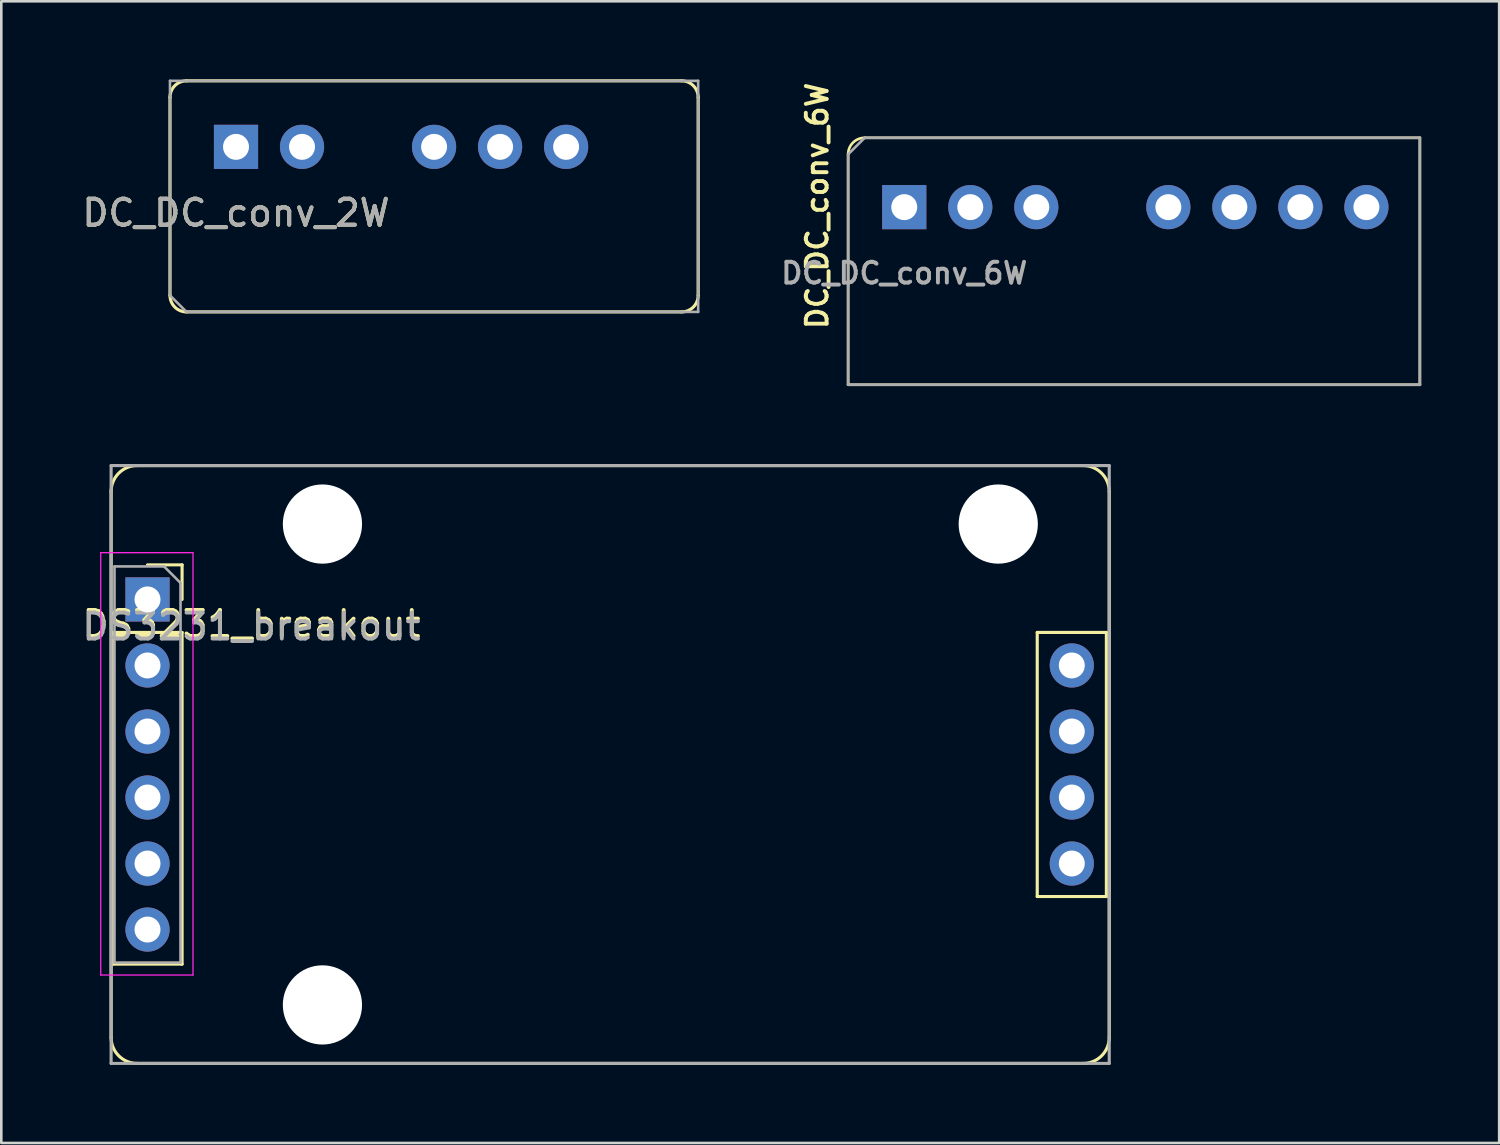
<source format=kicad_pcb>
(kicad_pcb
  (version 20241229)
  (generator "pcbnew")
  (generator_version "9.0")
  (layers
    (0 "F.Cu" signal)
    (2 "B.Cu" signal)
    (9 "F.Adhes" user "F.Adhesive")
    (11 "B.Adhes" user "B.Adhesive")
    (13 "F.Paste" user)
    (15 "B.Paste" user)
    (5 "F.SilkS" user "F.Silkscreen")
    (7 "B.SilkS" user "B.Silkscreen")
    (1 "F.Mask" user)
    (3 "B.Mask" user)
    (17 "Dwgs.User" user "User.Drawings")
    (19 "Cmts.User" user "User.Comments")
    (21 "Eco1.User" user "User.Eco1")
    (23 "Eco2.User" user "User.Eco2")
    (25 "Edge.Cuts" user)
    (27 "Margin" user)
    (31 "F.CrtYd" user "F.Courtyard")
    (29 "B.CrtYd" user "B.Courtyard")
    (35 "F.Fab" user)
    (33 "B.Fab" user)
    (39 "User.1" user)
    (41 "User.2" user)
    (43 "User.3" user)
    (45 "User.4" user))
  (footprint "DS3231_breakout"
    (layer "F.Cu")
    (at 2.625 26.362)
    (property "Reference" "DS3231_breakout" (at 4 -5.4 0) (layer "F.SilkS") (effects (font (size 1 1) (thickness 0.15))))
    (attr through_hole)
    (fp_line (start -1.4 -10.5) (end -1.4 10.5) (stroke (width 0.12) (type solid)) (layer "F.SilkS"))
    (fp_line (start -1.33 -5.08) (end -1.33 7.68) (stroke (width 0.12) (type solid)) (layer "F.SilkS"))
    (fp_line (start -1.33 -5.08) (end 1.33 -5.08) (stroke (width 0.12) (type solid)) (layer "F.SilkS"))
    (fp_line (start -1.33 7.68) (end 1.33 7.68) (stroke (width 0.12) (type solid)) (layer "F.SilkS"))
    (fp_line (start -0.4 -11.5) (end 36 -11.5) (stroke (width 0.12) (type solid)) (layer "F.SilkS"))
    (fp_line (start -0.4 11.5) (end 36 11.5) (stroke (width 0.12) (type solid)) (layer "F.SilkS"))
    (fp_line (start 0 -7.68) (end 1.33 -7.68) (stroke (width 0.12) (type solid)) (layer "F.SilkS"))
    (fp_line (start 1.33 -7.68) (end 1.33 -6.35) (stroke (width 0.12) (type solid)) (layer "F.SilkS"))
    (fp_line (start 1.33 -5.08) (end 1.33 7.68) (stroke (width 0.12) (type solid)) (layer "F.SilkS"))
    (fp_line (start 34.23 -5.08) (end 34.23 5.08) (stroke (width 0.12) (type solid)) (layer "F.SilkS"))
    (fp_line (start 34.23 -5.08) (end 36.89 -5.08) (stroke (width 0.12) (type solid)) (layer "F.SilkS"))
    (fp_line (start 34.23 5.08) (end 36.89 5.08) (stroke (width 0.12) (type solid)) (layer "F.SilkS"))
    (fp_line (start 36.89 -5.08) (end 36.89 5.08) (stroke (width 0.12) (type solid)) (layer "F.SilkS"))
    (fp_line (start 37 10.5) (end 37 -10.5) (stroke (width 0.12) (type solid)) (layer "F.SilkS"))
    (fp_arc (start -1.4 -10.5) (mid -1.107107 -11.207107) (end -0.4 -11.5) (stroke (width 0.12) (type solid)) (layer "F.SilkS"))
    (fp_arc (start -0.4 11.5) (mid -1.107107 11.207107) (end -1.4 10.5) (stroke (width 0.12) (type solid)) (layer "F.SilkS"))
    (fp_arc (start 36 -11.5) (mid 36.707107 -11.207107) (end 37 -10.5) (stroke (width 0.12) (type solid)) (layer "F.SilkS"))
    (fp_arc (start 37 10.5) (mid 36.707107 11.207107) (end 36 11.5) (stroke (width 0.12) (type solid)) (layer "F.SilkS"))
    (fp_line (start -1.8 -8.15) (end 1.75 -8.15) (stroke (width 0.05) (type solid)) (layer "F.CrtYd"))
    (fp_line (start -1.8 8.1) (end -1.8 -8.15) (stroke (width 0.05) (type solid)) (layer "F.CrtYd"))
    (fp_line (start 1.75 -8.15) (end 1.75 8.1) (stroke (width 0.05) (type solid)) (layer "F.CrtYd"))
    (fp_line (start 1.75 8.1) (end -1.8 8.1) (stroke (width 0.05) (type solid)) (layer "F.CrtYd"))
    (fp_line (start -1.4 -11.5) (end 37 -11.5) (stroke (width 0.12) (type solid)) (layer "F.Fab"))
    (fp_line (start -1.4 11.5) (end -1.4 -11.5) (stroke (width 0.12) (type solid)) (layer "F.Fab"))
    (fp_line (start -1.27 -7.62) (end 0.635 -7.62) (stroke (width 0.1) (type solid)) (layer "F.Fab"))
    (fp_line (start -1.27 7.62) (end -1.27 -7.62) (stroke (width 0.1) (type solid)) (layer "F.Fab"))
    (fp_line (start 0.635 -7.62) (end 1.27 -6.985) (stroke (width 0.1) (type solid)) (layer "F.Fab"))
    (fp_line (start 1.27 -6.985) (end 1.27 7.62) (stroke (width 0.1) (type solid)) (layer "F.Fab"))
    (fp_line (start 1.27 7.62) (end -1.27 7.62) (stroke (width 0.1) (type solid)) (layer "F.Fab"))
    (fp_line (start 37 -11.5) (end 37 11.5) (stroke (width 0.12) (type solid)) (layer "F.Fab"))
    (fp_line (start 37 11.5) (end -1.4 11.5) (stroke (width 0.12) (type solid)) (layer "F.Fab"))
    (fp_text user "${REFERENCE}" (at 4 -5.3 0) (layer "F.Fab") (effects (font (size 1 1) (thickness 0.15))))
    (pad "" np_thru_hole circle (at 6.73 -9.25) (size 3.048 3.048) (drill 3.048) (layers "*.Cu" "*.Mask"))
    (pad "" np_thru_hole circle (at 6.73 9.25) (size 3.048 3.048) (drill 3.048) (layers "*.Cu" "*.Mask"))
    (pad "" np_thru_hole circle (at 32.73 -9.25) (size 3.048 3.048) (drill 3.048) (layers "*.Cu" "*.Mask"))
    (pad "1" thru_hole rect (at 0 -6.35) (size 1.7 1.7) (drill 1) (layers "*.Cu" "*.Mask"))
    (pad "2" thru_hole oval (at 0 -3.81) (size 1.7 1.7) (drill 1) (layers "*.Cu" "*.Mask"))
    (pad "3" thru_hole oval (at 0 -1.27) (size 1.7 1.7) (drill 1) (layers "*.Cu" "*.Mask"))
    (pad "3" thru_hole oval (at 35.56 -3.81) (size 1.7 1.7) (drill 1) (layers "*.Cu" "*.Mask"))
    (pad "4" thru_hole oval (at 0 1.27) (size 1.7 1.7) (drill 1) (layers "*.Cu" "*.Mask"))
    (pad "4" thru_hole oval (at 35.56 -1.27) (size 1.7 1.7) (drill 1) (layers "*.Cu" "*.Mask"))
    (pad "5" thru_hole oval (at 0 3.81) (size 1.7 1.7) (drill 1) (layers "*.Cu" "*.Mask"))
    (pad "5" thru_hole oval (at 35.56 1.27) (size 1.7 1.7) (drill 1) (layers "*.Cu" "*.Mask"))
    (pad "6" thru_hole oval (at 0 6.35) (size 1.7 1.7) (drill 1) (layers "*.Cu" "*.Mask"))
    (pad "6" thru_hole oval (at 35.56 3.81) (size 1.7 1.7) (drill 1) (layers "*.Cu" "*.Mask")))
  (footprint "DC_DC_conv_6W"
    (layer "F.Cu")
    (at 31.739 4.919)
    (property "Reference" "DC_DC_conv_6W" (at -3.35 -0.05 270) (layer "F.SilkS") (effects (font (size 0.8 0.8) (thickness 0.15))))
    (attr through_hole)
    (fp_line (start -2.159 -2.032) (end -2.159 6.833) (stroke (width 0.102) (type solid)) (layer "F.SilkS"))
    (fp_line (start -2.159 6.833) (end 19.837 6.833) (stroke (width 0.102) (type solid)) (layer "F.SilkS"))
    (fp_line (start 19.837 -2.667) (end -1.524 -2.667) (stroke (width 0.102) (type solid)) (layer "F.SilkS"))
    (fp_line (start 19.837 6.833) (end 19.837 -2.667) (stroke (width 0.102) (type solid)) (layer "F.SilkS"))
    (fp_arc (start -2.159 -2.032) (mid -1.973013 -2.481013) (end -1.524 -2.667) (stroke (width 0.1016) (type solid)) (layer "F.SilkS"))
    (fp_line (start -2.159 6.833) (end -2.159 -2.032) (stroke (width 0.102) (type solid)) (layer "F.Fab"))
    (fp_line (start -1.524 -2.667) (end -2.159 -2.032) (stroke (width 0.102) (type solid)) (layer "F.Fab"))
    (fp_line (start -1.524 -2.667) (end 19.837 -2.667) (stroke (width 0.102) (type solid)) (layer "F.Fab"))
    (fp_line (start 19.837 -2.667) (end 19.837 6.833) (stroke (width 0.102) (type solid)) (layer "F.Fab"))
    (fp_line (start 19.837 6.833) (end -2.159 6.833) (stroke (width 0.102) (type solid)) (layer "F.Fab"))
    (fp_text user "${REFERENCE}" (at 0 2.54 0) (layer "F.Fab") (effects (font (size 0.8 0.8) (thickness 0.15))))
    (pad "CTR" thru_hole circle (at 5.08 0) (size 1.7 1.7) (drill 1) (layers "*.Cu" "*.Mask"))
    (pad "GND" thru_hole circle (at 15.24 0) (size 1.7 1.7) (drill 1) (layers "*.Cu" "*.Mask"))
    (pad "GNDPWR" thru_hole rect (at 0 0 90) (size 1.7 1.7) (drill 1) (layers "*.Cu" "*.Mask"))
    (pad "NC" thru_hole oval (at 10.16 0 90) (size 1.7 1.7) (drill 1) (layers "*.Cu" "*.Mask"))
    (pad "NC" thru_hole circle (at 17.78 0) (size 1.7 1.7) (drill 1) (layers "*.Cu" "*.Mask"))
    (pad "VIN" thru_hole circle (at 2.54 0 90) (size 1.7 1.7) (drill 1) (layers "*.Cu" "*.Mask"))
    (pad "VO" thru_hole oval (at 12.7 0 90) (size 1.7 1.7) (drill 1) (layers "*.Cu" "*.Mask")))
  (footprint "DC_DC_conv_2W"
    (layer "F.Cu")
    (at 6.03 2.6)
    (property "Reference" "DC_DC_conv_2W" (at 0 2.54 180) (layer "F.SilkS") (effects (font (size 1 1) (thickness 0.15))))
    (attr through_hole)
    (fp_line (start -2.54 -1.905) (end -2.54 5.715) (stroke (width 0.12) (type solid)) (layer "F.SilkS"))
    (fp_line (start -1.905 6.35) (end 17.145 6.35) (stroke (width 0.12) (type solid)) (layer "F.SilkS"))
    (fp_line (start 17.145 -2.54) (end -1.905 -2.54) (stroke (width 0.12) (type solid)) (layer "F.SilkS"))
    (fp_line (start 17.78 5.715) (end 17.78 -1.905) (stroke (width 0.12) (type solid)) (layer "F.SilkS"))
    (fp_arc (start -2.54 -1.905) (mid -2.354013 -2.354013) (end -1.905 -2.54) (stroke (width 0.12) (type solid)) (layer "F.SilkS"))
    (fp_arc (start -1.905 6.35) (mid -2.354013 6.164013) (end -2.54 5.715) (stroke (width 0.12) (type solid)) (layer "F.SilkS"))
    (fp_arc (start 17.145 -2.54) (mid 17.594013 -2.354013) (end 17.78 -1.905) (stroke (width 0.12) (type solid)) (layer "F.SilkS"))
    (fp_arc (start 17.78 5.715) (mid 17.594013 6.164013) (end 17.145 6.35) (stroke (width 0.12) (type solid)) (layer "F.SilkS"))
    (fp_line (start -2.54 -2.54) (end 17.78 -2.54) (stroke (width 0.1) (type solid)) (layer "F.Fab"))
    (fp_line (start -2.54 5.715) (end -2.54 -2.54) (stroke (width 0.1) (type solid)) (layer "F.Fab"))
    (fp_line (start -2.54 5.715) (end -1.905 6.35) (stroke (width 0.1) (type solid)) (layer "F.Fab"))
    (fp_line (start 17.78 -2.54) (end 17.78 6.35) (stroke (width 0.1) (type solid)) (layer "F.Fab"))
    (fp_line (start 17.78 6.35) (end -1.905 6.35) (stroke (width 0.1) (type solid)) (layer "F.Fab"))
    (fp_text user "${REFERENCE}" (at 0 2.54 0) (layer "F.Fab") (effects (font (size 1 1) (thickness 0.15))))
    (pad "GND" thru_hole oval (at 7.62 0 90) (size 1.7 1.7) (drill 1) (layers "*.Cu" "*.Mask"))
    (pad "GNDPWR" thru_hole oval (at 2.54 0 90) (size 1.7 1.7) (drill 1) (layers "*.Cu" "*.Mask"))
    (pad "NC" thru_hole oval (at 10.16 0 90) (size 1.7 1.7) (drill 1) (layers "*.Cu" "*.Mask"))
    (pad "VIN" thru_hole rect (at 0 0 90) (size 1.7 1.7) (drill 1) (layers "*.Cu" "*.Mask"))
    (pad "VO" thru_hole oval (at 12.7 0 90) (size 1.7 1.7) (drill 1) (layers "*.Cu" "*.Mask")))
  (gr_rect
    (start -3 -3)
    (end 54.627 40.922)
    (stroke (width 0.1) (type default))
    (fill no)
    (layer "Edge.Cuts")))
</source>
